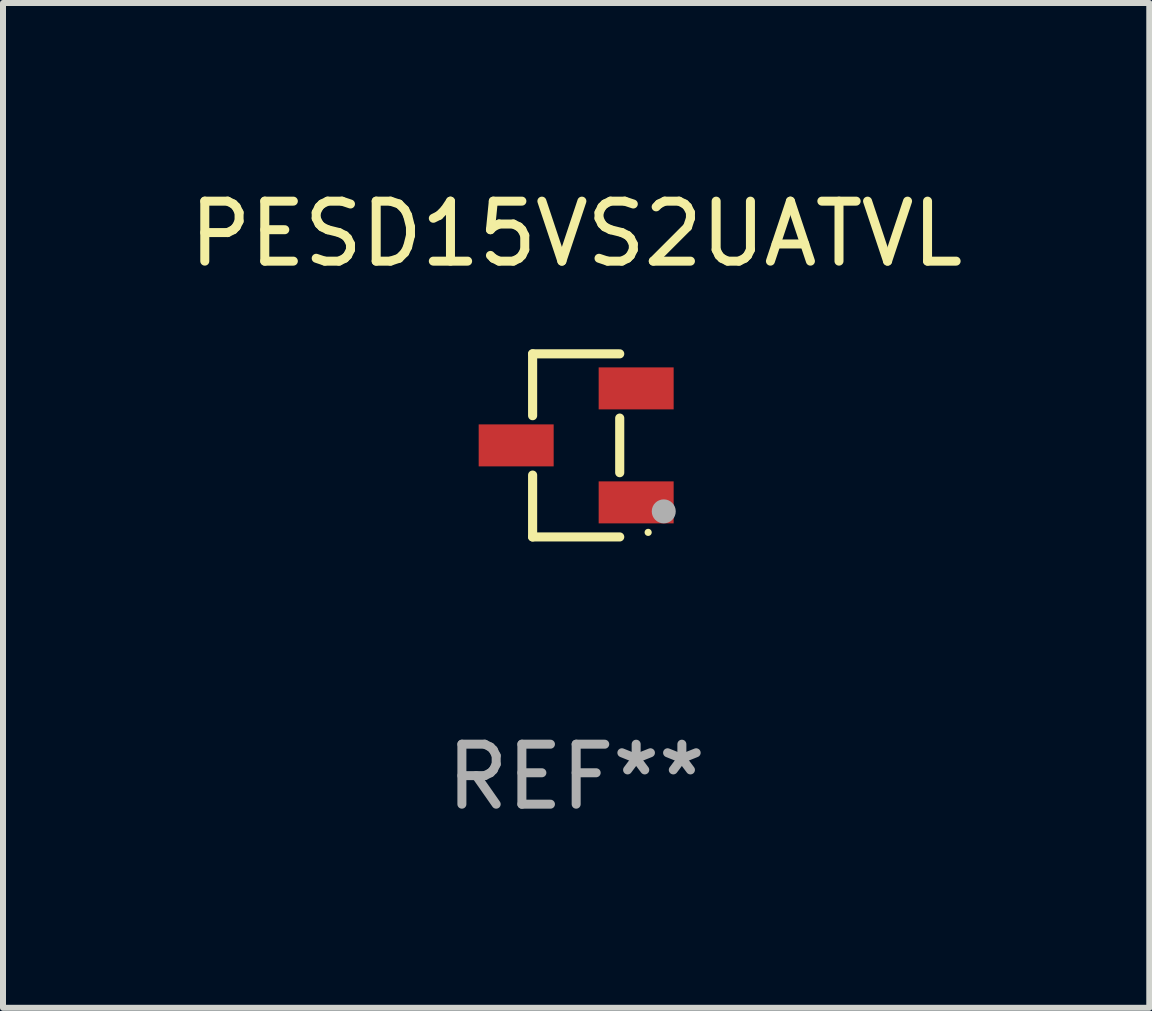
<source format=kicad_pcb>
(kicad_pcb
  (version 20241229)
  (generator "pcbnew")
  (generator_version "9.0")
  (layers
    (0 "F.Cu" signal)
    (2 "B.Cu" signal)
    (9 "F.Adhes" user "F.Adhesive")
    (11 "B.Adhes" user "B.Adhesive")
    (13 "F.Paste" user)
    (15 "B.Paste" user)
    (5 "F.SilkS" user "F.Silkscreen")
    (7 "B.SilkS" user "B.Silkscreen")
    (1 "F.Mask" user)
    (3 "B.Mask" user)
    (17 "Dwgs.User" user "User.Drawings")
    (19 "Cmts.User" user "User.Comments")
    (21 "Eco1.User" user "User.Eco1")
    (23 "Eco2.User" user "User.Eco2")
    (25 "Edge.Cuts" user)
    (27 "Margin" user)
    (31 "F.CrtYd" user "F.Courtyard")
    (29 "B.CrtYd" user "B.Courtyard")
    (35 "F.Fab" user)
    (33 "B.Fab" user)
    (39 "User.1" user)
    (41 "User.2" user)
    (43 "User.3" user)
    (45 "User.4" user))
  (footprint "PESD15VS2UATVL"
    (layer "F.Cu")
    (at 6.554 4.374)
    (property "Reference" "PESD15VS2UATVL" (at 0 -3.526 0) (layer "F.SilkS") (effects (font (size 1 1) (thickness 0.15))))
    (attr through_hole)
    (fp_line (start -0.726 -1.526) (end -0.726 -0.495) (stroke (width 0.152) (type solid)) (layer "F.SilkS"))
    (fp_line (start -0.726 1.526) (end -0.726 0.495) (stroke (width 0.152) (type solid)) (layer "F.SilkS"))
    (fp_line (start 0.726 -1.526) (end -0.726 -1.526) (stroke (width 0.152) (type solid)) (layer "F.SilkS"))
    (fp_line (start 0.726 -0.455) (end 0.726 0.455) (stroke (width 0.152) (type solid)) (layer "F.SilkS"))
    (fp_line (start 0.726 1.526) (end -0.726 1.526) (stroke (width 0.152) (type solid)) (layer "F.SilkS"))
    (fp_circle (center 1.2 1.45) (end 1.23 1.45) (stroke (width 0.06) (type solid)) (fill no) (layer "F.SilkS"))
    (fp_circle (center 1.46 1.1) (end 1.56 1.1) (stroke (width 0.2) (type solid)) (fill no) (layer "F.Fab"))
    (fp_text user "REF**" (at 0 5.526 0) (layer "F.Fab") (effects (font (size 1 1) (thickness 0.15))))
    (pad "1" smd rect (at 1 0.95) (size 1.25 0.7) (layers "F.Cu" "F.Mask" "F.Paste"))
    (pad "2" smd rect (at 1 -0.95) (size 1.25 0.7) (layers "F.Cu" "F.Mask" "F.Paste"))
    (pad "3" smd rect (at -1 0) (size 1.25 0.7) (layers "F.Cu" "F.Mask" "F.Paste")))
  (gr_rect
    (start -3 -3)
    (end 16.107 13.749)
    (stroke (width 0.1) (type default))
    (fill no)
    (layer "Edge.Cuts")))
</source>
